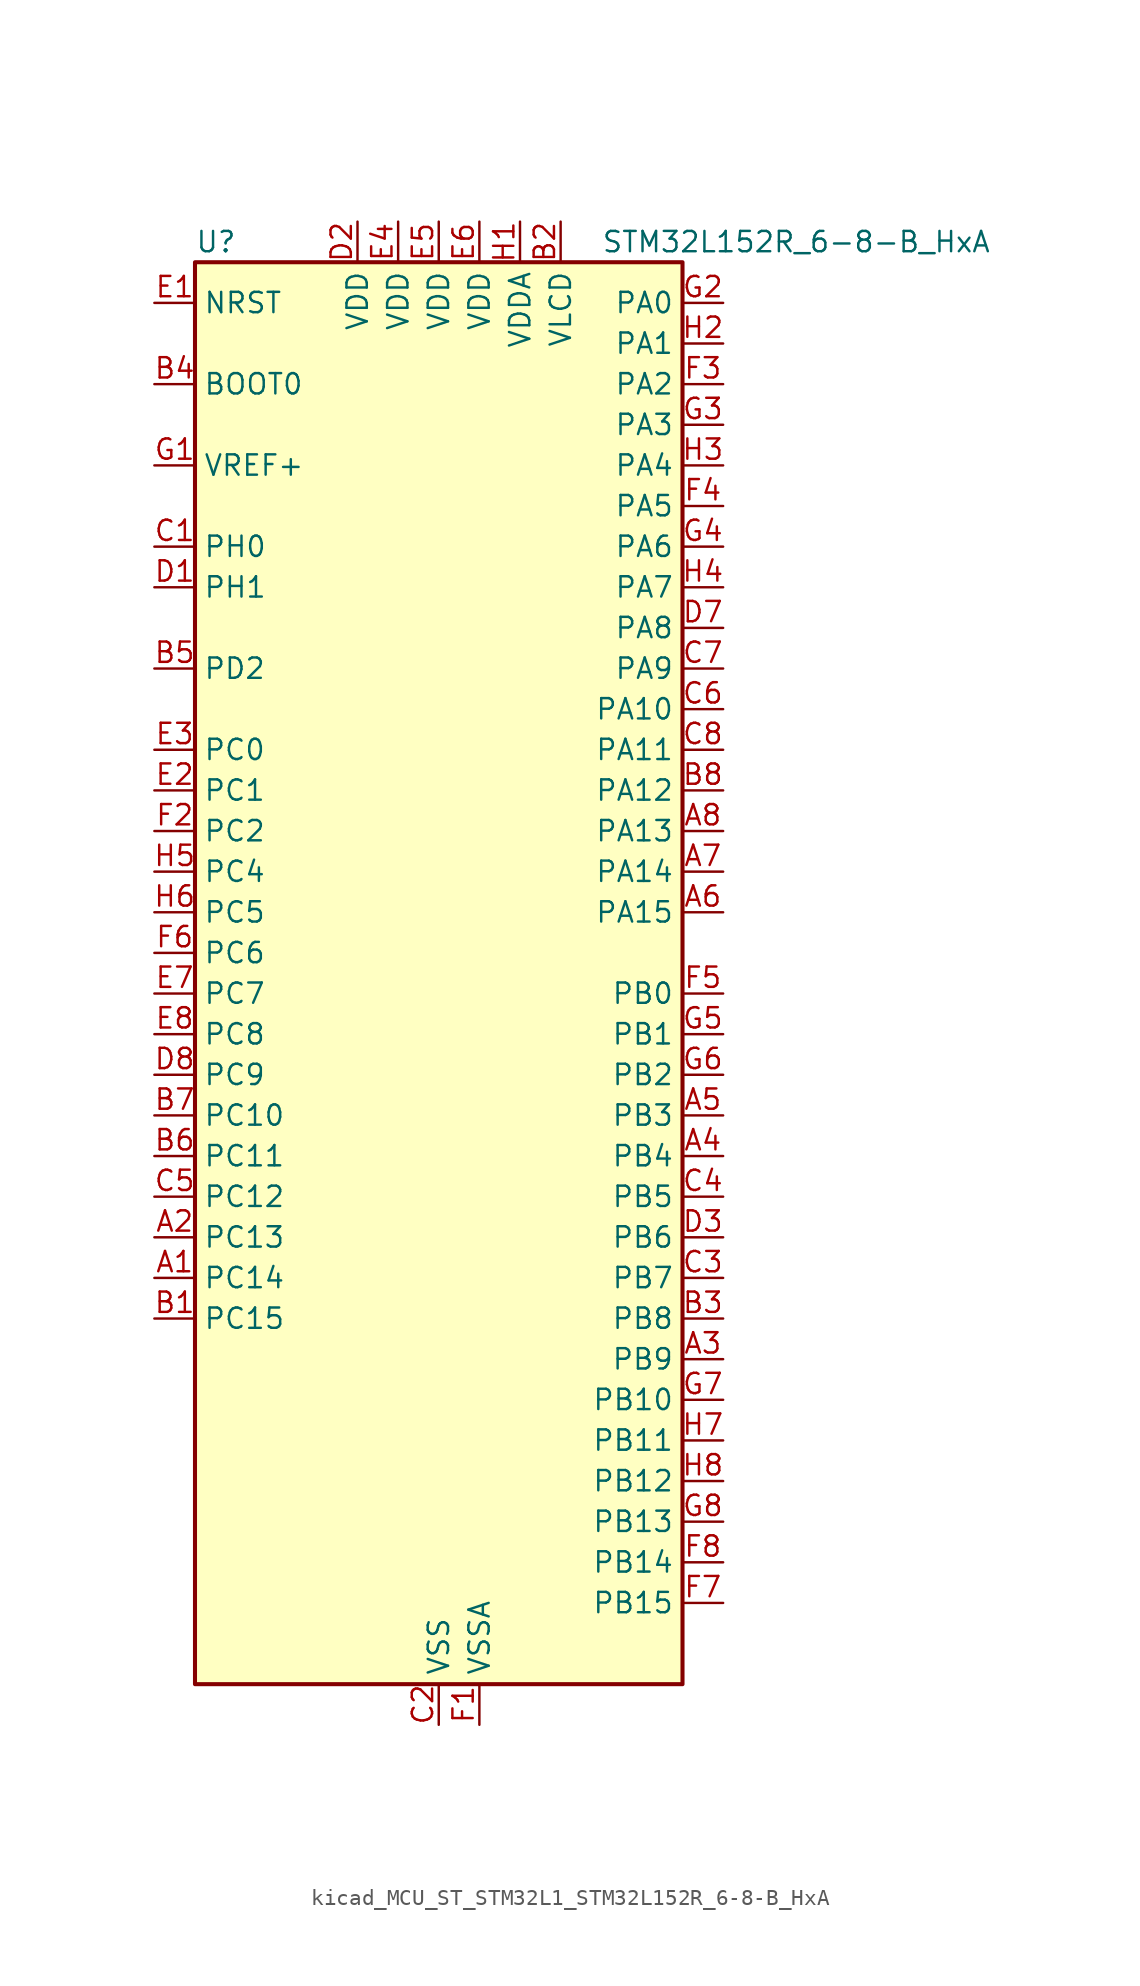
<source format=kicad_sym>
(kicad_symbol_lib
  (version 20220914)
  (generator kicad_symbol_editor)
  (symbol "kicad_MCU_ST_STM32L1_STM32L152R_6-8-B_HxA"
    (property "Reference" "U"
      (at -15.24 46.99 0)
      (effects (font (size 1.27 1.27)) (justify left)))
    (property "Value" "STM32L152R_6-8-B_HxA"
      (at 10.16 46.99 0)
      (effects (font (size 1.27 1.27)) (justify left)))
    (property "ki_locked" ""
      (at 0 0 0)
      (effects (font (size 1.27 1.27))))
    (symbol "kicad_MCU_ST_STM32L1_STM32L152R_6-8-B_HxA_0_1"
      (rectangle (start -15.24 -43.18) (end 15.24 45.72) (stroke (width 0.254) (type default)) (fill (type background))))
    (symbol "kicad_MCU_ST_STM32L1_STM32L152R_6-8-B_HxA_1_1"
      (pin bidirectional line (at -17.78 -17.78 0) (length 2.54) (name "PC14" (effects (font (size 1.27 1.27)))) (number "A1" (effects (font (size 1.27 1.27)))) (alternate "RCC_OSC32_IN" bidirectional line) (alternate "TIMX_IC3" bidirectional line))
      (pin bidirectional line (at -17.78 -15.24 0) (length 2.54) (name "PC13" (effects (font (size 1.27 1.27)))) (number "A2" (effects (font (size 1.27 1.27)))) (alternate "RTC_OUT_ALARM" bidirectional line) (alternate "RTC_OUT_CALIB" bidirectional line) (alternate "RTC_TAMP1" bidirectional line) (alternate "RTC_TS" bidirectional line) (alternate "SYS_WKUP2" bidirectional line) (alternate "TIMX_IC2" bidirectional line))
      (pin bidirectional line (at 17.78 -22.86 180) (length 2.54) (name "PB9" (effects (font (size 1.27 1.27)))) (number "A3" (effects (font (size 1.27 1.27)))) (alternate "DAC_EXTI9" bidirectional line) (alternate "I2C1_SDA" bidirectional line) (alternate "LCD_COM3" bidirectional line) (alternate "TIM11_CH1" bidirectional line) (alternate "TIM4_CH4" bidirectional line))
      (pin bidirectional line (at 17.78 -10.16 180) (length 2.54) (name "PB4" (effects (font (size 1.27 1.27)))) (number "A4" (effects (font (size 1.27 1.27)))) (alternate "COMP2_INP" bidirectional line) (alternate "LCD_SEG8" bidirectional line) (alternate "SPI1_MISO" bidirectional line) (alternate "SYS_JTRST" bidirectional line) (alternate "TIM3_CH1" bidirectional line) (alternate "TS_G6_IO1" bidirectional line))
      (pin bidirectional line (at 17.78 -7.62 180) (length 2.54) (name "PB3" (effects (font (size 1.27 1.27)))) (number "A5" (effects (font (size 1.27 1.27)))) (alternate "COMP2_INM" bidirectional line) (alternate "LCD_SEG7" bidirectional line) (alternate "SPI1_SCK" bidirectional line) (alternate "SYS_JTDO-TRACESWO" bidirectional line) (alternate "TIM2_CH2" bidirectional line))
      (pin bidirectional line (at 17.78 5.08 180) (length 2.54) (name "PA15" (effects (font (size 1.27 1.27)))) (number "A6" (effects (font (size 1.27 1.27)))) (alternate "ADC_EXTI15" bidirectional line) (alternate "LCD_SEG17" bidirectional line) (alternate "SPI1_NSS" bidirectional line) (alternate "SYS_JTDI" bidirectional line) (alternate "TIM2_CH1" bidirectional line) (alternate "TIM2_ETR" bidirectional line) (alternate "TIMX_IC4" bidirectional line) (alternate "TS_G5_IO3" bidirectional line))
      (pin bidirectional line (at 17.78 7.62 180) (length 2.54) (name "PA14" (effects (font (size 1.27 1.27)))) (number "A7" (effects (font (size 1.27 1.27)))) (alternate "SYS_JTCK-SWCLK" bidirectional line) (alternate "TIMX_IC3" bidirectional line) (alternate "TS_G5_IO2" bidirectional line))
      (pin bidirectional line (at 17.78 10.16 180) (length 2.54) (name "PA13" (effects (font (size 1.27 1.27)))) (number "A8" (effects (font (size 1.27 1.27)))) (alternate "SYS_JTMS-SWDIO" bidirectional line) (alternate "TIMX_IC2" bidirectional line) (alternate "TS_G5_IO1" bidirectional line))
      (pin bidirectional line (at -17.78 -20.32 0) (length 2.54) (name "PC15" (effects (font (size 1.27 1.27)))) (number "B1" (effects (font (size 1.27 1.27)))) (alternate "ADC_EXTI15" bidirectional line) (alternate "RCC_OSC32_OUT" bidirectional line) (alternate "TIMX_IC4" bidirectional line))
      (pin power_in line (at 7.62 48.26 270) (length 2.54) (name "VLCD" (effects (font (size 1.27 1.27)))) (number "B2" (effects (font (size 1.27 1.27)))))
      (pin bidirectional line (at 17.78 -20.32 180) (length 2.54) (name "PB8" (effects (font (size 1.27 1.27)))) (number "B3" (effects (font (size 1.27 1.27)))) (alternate "I2C1_SCL" bidirectional line) (alternate "LCD_SEG16" bidirectional line) (alternate "TIM10_CH1" bidirectional line) (alternate "TIM4_CH3" bidirectional line))
      (pin input line (at -17.78 38.1 0) (length 2.54) (name "BOOT0" (effects (font (size 1.27 1.27)))) (number "B4" (effects (font (size 1.27 1.27)))))
      (pin bidirectional line (at -17.78 20.32 0) (length 2.54) (name "PD2" (effects (font (size 1.27 1.27)))) (number "B5" (effects (font (size 1.27 1.27)))) (alternate "LCD_COM7" bidirectional line) (alternate "LCD_SEG31" bidirectional line) (alternate "LCD_SEG43" bidirectional line) (alternate "TIM3_ETR" bidirectional line) (alternate "TIMX_IC3" bidirectional line))
      (pin bidirectional line (at -17.78 -10.16 0) (length 2.54) (name "PC11" (effects (font (size 1.27 1.27)))) (number "B6" (effects (font (size 1.27 1.27)))) (alternate "ADC_EXTI11" bidirectional line) (alternate "LCD_COM5" bidirectional line) (alternate "LCD_SEG29" bidirectional line) (alternate "LCD_SEG41" bidirectional line) (alternate "TIMX_IC4" bidirectional line) (alternate "USART3_RX" bidirectional line))
      (pin bidirectional line (at -17.78 -7.62 0) (length 2.54) (name "PC10" (effects (font (size 1.27 1.27)))) (number "B7" (effects (font (size 1.27 1.27)))) (alternate "LCD_COM4" bidirectional line) (alternate "LCD_SEG28" bidirectional line) (alternate "LCD_SEG40" bidirectional line) (alternate "TIMX_IC3" bidirectional line) (alternate "USART3_TX" bidirectional line))
      (pin bidirectional line (at 17.78 12.7 180) (length 2.54) (name "PA12" (effects (font (size 1.27 1.27)))) (number "B8" (effects (font (size 1.27 1.27)))) (alternate "SPI1_MOSI" bidirectional line) (alternate "TIMX_IC1" bidirectional line) (alternate "USART1_RTS" bidirectional line) (alternate "USB_DP" bidirectional line))
      (pin bidirectional line (at -17.78 27.94 0) (length 2.54) (name "PH0" (effects (font (size 1.27 1.27)))) (number "C1" (effects (font (size 1.27 1.27)))) (alternate "RCC_OSC_IN" bidirectional line))
      (pin power_in line (at 0 -45.72 90) (length 2.54) (name "VSS" (effects (font (size 1.27 1.27)))) (number "C2" (effects (font (size 1.27 1.27)))))
      (pin bidirectional line (at 17.78 -17.78 180) (length 2.54) (name "PB7" (effects (font (size 1.27 1.27)))) (number "C3" (effects (font (size 1.27 1.27)))) (alternate "I2C1_SDA" bidirectional line) (alternate "SYS_PVD_IN" bidirectional line) (alternate "TIM4_CH2" bidirectional line) (alternate "TS_G6_IO4" bidirectional line) (alternate "USART1_RX" bidirectional line))
      (pin bidirectional line (at 17.78 -12.7 180) (length 2.54) (name "PB5" (effects (font (size 1.27 1.27)))) (number "C4" (effects (font (size 1.27 1.27)))) (alternate "COMP2_INP" bidirectional line) (alternate "I2C1_SMBA" bidirectional line) (alternate "LCD_SEG9" bidirectional line) (alternate "SPI1_MOSI" bidirectional line) (alternate "TIM3_CH2" bidirectional line) (alternate "TS_G6_IO2" bidirectional line))
      (pin bidirectional line (at -17.78 -12.7 0) (length 2.54) (name "PC12" (effects (font (size 1.27 1.27)))) (number "C5" (effects (font (size 1.27 1.27)))) (alternate "LCD_COM6" bidirectional line) (alternate "LCD_SEG30" bidirectional line) (alternate "LCD_SEG42" bidirectional line) (alternate "TIMX_IC1" bidirectional line) (alternate "USART3_CK" bidirectional line))
      (pin bidirectional line (at 17.78 17.78 180) (length 2.54) (name "PA10" (effects (font (size 1.27 1.27)))) (number "C6" (effects (font (size 1.27 1.27)))) (alternate "LCD_COM2" bidirectional line) (alternate "TIMX_IC3" bidirectional line) (alternate "TS_G4_IO3" bidirectional line) (alternate "USART1_RX" bidirectional line))
      (pin bidirectional line (at 17.78 20.32 180) (length 2.54) (name "PA9" (effects (font (size 1.27 1.27)))) (number "C7" (effects (font (size 1.27 1.27)))) (alternate "DAC_EXTI9" bidirectional line) (alternate "LCD_COM1" bidirectional line) (alternate "TIMX_IC2" bidirectional line) (alternate "TS_G4_IO2" bidirectional line) (alternate "USART1_TX" bidirectional line))
      (pin bidirectional line (at 17.78 15.24 180) (length 2.54) (name "PA11" (effects (font (size 1.27 1.27)))) (number "C8" (effects (font (size 1.27 1.27)))) (alternate "ADC_EXTI11" bidirectional line) (alternate "SPI1_MISO" bidirectional line) (alternate "TIMX_IC4" bidirectional line) (alternate "USART1_CTS" bidirectional line) (alternate "USB_DM" bidirectional line))
      (pin bidirectional line (at -17.78 25.4 0) (length 2.54) (name "PH1" (effects (font (size 1.27 1.27)))) (number "D1" (effects (font (size 1.27 1.27)))) (alternate "RCC_OSC_OUT" bidirectional line))
      (pin power_in line (at -5.08 48.26 270) (length 2.54) (name "VDD" (effects (font (size 1.27 1.27)))) (number "D2" (effects (font (size 1.27 1.27)))))
      (pin bidirectional line (at 17.78 -15.24 180) (length 2.54) (name "PB6" (effects (font (size 1.27 1.27)))) (number "D3" (effects (font (size 1.27 1.27)))) (alternate "I2C1_SCL" bidirectional line) (alternate "TIM4_CH1" bidirectional line) (alternate "TS_G6_IO3" bidirectional line) (alternate "USART1_TX" bidirectional line))
      (pin passive line (at 0 -45.72 90) (length 2.54) hide (name "VSS" (effects (font (size 1.27 1.27)))) (number "D4" (effects (font (size 1.27 1.27)))))
      (pin passive line (at 0 -45.72 90) (length 2.54) hide (name "VSS" (effects (font (size 1.27 1.27)))) (number "D5" (effects (font (size 1.27 1.27)))))
      (pin passive line (at 0 -45.72 90) (length 2.54) hide (name "VSS" (effects (font (size 1.27 1.27)))) (number "D6" (effects (font (size 1.27 1.27)))))
      (pin bidirectional line (at 17.78 22.86 180) (length 2.54) (name "PA8" (effects (font (size 1.27 1.27)))) (number "D7" (effects (font (size 1.27 1.27)))) (alternate "LCD_COM0" bidirectional line) (alternate "RCC_MCO" bidirectional line) (alternate "TIMX_IC1" bidirectional line) (alternate "TS_G4_IO1" bidirectional line) (alternate "USART1_CK" bidirectional line))
      (pin bidirectional line (at -17.78 -5.08 0) (length 2.54) (name "PC9" (effects (font (size 1.27 1.27)))) (number "D8" (effects (font (size 1.27 1.27)))) (alternate "DAC_EXTI9" bidirectional line) (alternate "LCD_SEG27" bidirectional line) (alternate "TIM3_CH4" bidirectional line) (alternate "TIMX_IC2" bidirectional line) (alternate "TS_G10_IO4" bidirectional line))
      (pin input line (at -17.78 43.18 0) (length 2.54) (name "NRST" (effects (font (size 1.27 1.27)))) (number "E1" (effects (font (size 1.27 1.27)))))
      (pin bidirectional line (at -17.78 12.7 0) (length 2.54) (name "PC1" (effects (font (size 1.27 1.27)))) (number "E2" (effects (font (size 1.27 1.27)))) (alternate "ADC_IN11" bidirectional line) (alternate "COMP1_INP" bidirectional line) (alternate "LCD_SEG19" bidirectional line) (alternate "TIMX_IC2" bidirectional line) (alternate "TS_G8_IO2" bidirectional line))
      (pin bidirectional line (at -17.78 15.24 0) (length 2.54) (name "PC0" (effects (font (size 1.27 1.27)))) (number "E3" (effects (font (size 1.27 1.27)))) (alternate "ADC_IN10" bidirectional line) (alternate "COMP1_INP" bidirectional line) (alternate "LCD_SEG18" bidirectional line) (alternate "TIMX_IC1" bidirectional line) (alternate "TS_G8_IO1" bidirectional line))
      (pin power_in line (at -2.54 48.26 270) (length 2.54) (name "VDD" (effects (font (size 1.27 1.27)))) (number "E4" (effects (font (size 1.27 1.27)))))
      (pin power_in line (at 0 48.26 270) (length 2.54) (name "VDD" (effects (font (size 1.27 1.27)))) (number "E5" (effects (font (size 1.27 1.27)))))
      (pin power_in line (at 2.54 48.26 270) (length 2.54) (name "VDD" (effects (font (size 1.27 1.27)))) (number "E6" (effects (font (size 1.27 1.27)))))
      (pin bidirectional line (at -17.78 0 0) (length 2.54) (name "PC7" (effects (font (size 1.27 1.27)))) (number "E7" (effects (font (size 1.27 1.27)))) (alternate "LCD_SEG25" bidirectional line) (alternate "TIM3_CH2" bidirectional line) (alternate "TIMX_IC4" bidirectional line) (alternate "TS_G10_IO2" bidirectional line))
      (pin bidirectional line (at -17.78 -2.54 0) (length 2.54) (name "PC8" (effects (font (size 1.27 1.27)))) (number "E8" (effects (font (size 1.27 1.27)))) (alternate "LCD_SEG26" bidirectional line) (alternate "TIM3_CH3" bidirectional line) (alternate "TIMX_IC1" bidirectional line) (alternate "TS_G10_IO3" bidirectional line))
      (pin power_in line (at 2.54 -45.72 90) (length 2.54) (name "VSSA" (effects (font (size 1.27 1.27)))) (number "F1" (effects (font (size 1.27 1.27)))))
      (pin bidirectional line (at -17.78 10.16 0) (length 2.54) (name "PC2" (effects (font (size 1.27 1.27)))) (number "F2" (effects (font (size 1.27 1.27)))) (alternate "ADC_IN12" bidirectional line) (alternate "COMP1_INP" bidirectional line) (alternate "LCD_SEG20" bidirectional line) (alternate "TIMX_IC3" bidirectional line) (alternate "TS_G8_IO3" bidirectional line))
      (pin bidirectional line (at 17.78 38.1 180) (length 2.54) (name "PA2" (effects (font (size 1.27 1.27)))) (number "F3" (effects (font (size 1.27 1.27)))) (alternate "ADC_IN2" bidirectional line) (alternate "COMP1_INP" bidirectional line) (alternate "LCD_SEG1" bidirectional line) (alternate "TIM2_CH3" bidirectional line) (alternate "TIM9_CH1" bidirectional line) (alternate "TIMX_IC3" bidirectional line) (alternate "TS_G1_IO3" bidirectional line) (alternate "USART2_TX" bidirectional line))
      (pin bidirectional line (at 17.78 30.48 180) (length 2.54) (name "PA5" (effects (font (size 1.27 1.27)))) (number "F4" (effects (font (size 1.27 1.27)))) (alternate "ADC_IN5" bidirectional line) (alternate "COMP1_INP" bidirectional line) (alternate "DAC_OUT2" bidirectional line) (alternate "SPI1_SCK" bidirectional line) (alternate "TIM2_CH1" bidirectional line) (alternate "TIM2_ETR" bidirectional line) (alternate "TIMX_IC2" bidirectional line))
      (pin bidirectional line (at 17.78 0 180) (length 2.54) (name "PB0" (effects (font (size 1.27 1.27)))) (number "F5" (effects (font (size 1.27 1.27)))) (alternate "ADC_IN8" bidirectional line) (alternate "COMP1_INP" bidirectional line) (alternate "LCD_SEG5" bidirectional line) (alternate "SYS_V_REF_OUT" bidirectional line) (alternate "TIM3_CH3" bidirectional line) (alternate "TS_G3_IO1" bidirectional line))
      (pin bidirectional line (at -17.78 2.54 0) (length 2.54) (name "PC6" (effects (font (size 1.27 1.27)))) (number "F6" (effects (font (size 1.27 1.27)))) (alternate "LCD_SEG24" bidirectional line) (alternate "TIM3_CH1" bidirectional line) (alternate "TIMX_IC3" bidirectional line) (alternate "TS_G10_IO1" bidirectional line))
      (pin bidirectional line (at 17.78 -38.1 180) (length 2.54) (name "PB15" (effects (font (size 1.27 1.27)))) (number "F7" (effects (font (size 1.27 1.27)))) (alternate "ADC_EXTI15" bidirectional line) (alternate "ADC_IN21" bidirectional line) (alternate "COMP1_INP" bidirectional line) (alternate "LCD_SEG15" bidirectional line) (alternate "RTC_REFIN" bidirectional line) (alternate "SPI2_MOSI" bidirectional line) (alternate "TIM11_CH1" bidirectional line) (alternate "TS_G7_IO4" bidirectional line))
      (pin bidirectional line (at 17.78 -35.56 180) (length 2.54) (name "PB14" (effects (font (size 1.27 1.27)))) (number "F8" (effects (font (size 1.27 1.27)))) (alternate "ADC_IN20" bidirectional line) (alternate "COMP1_INP" bidirectional line) (alternate "LCD_SEG14" bidirectional line) (alternate "SPI2_MISO" bidirectional line) (alternate "TIM9_CH2" bidirectional line) (alternate "TS_G7_IO3" bidirectional line) (alternate "USART3_RTS" bidirectional line))
      (pin input line (at -17.78 33.02 0) (length 2.54) (name "VREF+" (effects (font (size 1.27 1.27)))) (number "G1" (effects (font (size 1.27 1.27)))))
      (pin bidirectional line (at 17.78 43.18 180) (length 2.54) (name "PA0" (effects (font (size 1.27 1.27)))) (number "G2" (effects (font (size 1.27 1.27)))) (alternate "ADC_IN0" bidirectional line) (alternate "COMP1_INP" bidirectional line) (alternate "RTC_TAMP2" bidirectional line) (alternate "SYS_WKUP1" bidirectional line) (alternate "TIM2_CH1" bidirectional line) (alternate "TIM2_ETR" bidirectional line) (alternate "TIMX_IC1" bidirectional line) (alternate "TS_G1_IO1" bidirectional line) (alternate "USART2_CTS" bidirectional line))
      (pin bidirectional line (at 17.78 35.56 180) (length 2.54) (name "PA3" (effects (font (size 1.27 1.27)))) (number "G3" (effects (font (size 1.27 1.27)))) (alternate "ADC_IN3" bidirectional line) (alternate "COMP1_INP" bidirectional line) (alternate "LCD_SEG2" bidirectional line) (alternate "TIM2_CH4" bidirectional line) (alternate "TIM9_CH2" bidirectional line) (alternate "TIMX_IC4" bidirectional line) (alternate "TS_G1_IO4" bidirectional line) (alternate "USART2_RX" bidirectional line))
      (pin bidirectional line (at 17.78 27.94 180) (length 2.54) (name "PA6" (effects (font (size 1.27 1.27)))) (number "G4" (effects (font (size 1.27 1.27)))) (alternate "ADC_IN6" bidirectional line) (alternate "COMP1_INP" bidirectional line) (alternate "LCD_SEG3" bidirectional line) (alternate "SPI1_MISO" bidirectional line) (alternate "TIM10_CH1" bidirectional line) (alternate "TIM3_CH1" bidirectional line) (alternate "TIMX_IC3" bidirectional line) (alternate "TS_G2_IO1" bidirectional line))
      (pin bidirectional line (at 17.78 -2.54 180) (length 2.54) (name "PB1" (effects (font (size 1.27 1.27)))) (number "G5" (effects (font (size 1.27 1.27)))) (alternate "ADC_IN9" bidirectional line) (alternate "COMP1_INP" bidirectional line) (alternate "LCD_SEG6" bidirectional line) (alternate "SYS_V_REF_OUT" bidirectional line) (alternate "TIM3_CH4" bidirectional line) (alternate "TS_G3_IO2" bidirectional line))
      (pin bidirectional line (at 17.78 -5.08 180) (length 2.54) (name "PB2" (effects (font (size 1.27 1.27)))) (number "G6" (effects (font (size 1.27 1.27)))) (alternate "TS_G3_IO3" bidirectional line))
      (pin bidirectional line (at 17.78 -25.4 180) (length 2.54) (name "PB10" (effects (font (size 1.27 1.27)))) (number "G7" (effects (font (size 1.27 1.27)))) (alternate "I2C2_SCL" bidirectional line) (alternate "LCD_SEG10" bidirectional line) (alternate "TIM2_CH3" bidirectional line) (alternate "USART3_TX" bidirectional line))
      (pin bidirectional line (at 17.78 -33.02 180) (length 2.54) (name "PB13" (effects (font (size 1.27 1.27)))) (number "G8" (effects (font (size 1.27 1.27)))) (alternate "ADC_IN19" bidirectional line) (alternate "COMP1_INP" bidirectional line) (alternate "LCD_SEG13" bidirectional line) (alternate "SPI2_SCK" bidirectional line) (alternate "TIM9_CH1" bidirectional line) (alternate "TS_G7_IO2" bidirectional line) (alternate "USART3_CTS" bidirectional line))
      (pin power_in line (at 5.08 48.26 270) (length 2.54) (name "VDDA" (effects (font (size 1.27 1.27)))) (number "H1" (effects (font (size 1.27 1.27)))))
      (pin bidirectional line (at 17.78 40.64 180) (length 2.54) (name "PA1" (effects (font (size 1.27 1.27)))) (number "H2" (effects (font (size 1.27 1.27)))) (alternate "ADC_IN1" bidirectional line) (alternate "COMP1_INP" bidirectional line) (alternate "LCD_SEG0" bidirectional line) (alternate "TIM2_CH2" bidirectional line) (alternate "TIMX_IC2" bidirectional line) (alternate "TS_G1_IO2" bidirectional line) (alternate "USART2_RTS" bidirectional line))
      (pin bidirectional line (at 17.78 33.02 180) (length 2.54) (name "PA4" (effects (font (size 1.27 1.27)))) (number "H3" (effects (font (size 1.27 1.27)))) (alternate "ADC_IN4" bidirectional line) (alternate "COMP1_INP" bidirectional line) (alternate "DAC_OUT1" bidirectional line) (alternate "SPI1_NSS" bidirectional line) (alternate "TIMX_IC1" bidirectional line) (alternate "USART2_CK" bidirectional line))
      (pin bidirectional line (at 17.78 25.4 180) (length 2.54) (name "PA7" (effects (font (size 1.27 1.27)))) (number "H4" (effects (font (size 1.27 1.27)))) (alternate "ADC_IN7" bidirectional line) (alternate "COMP1_INP" bidirectional line) (alternate "LCD_SEG4" bidirectional line) (alternate "SPI1_MOSI" bidirectional line) (alternate "TIM11_CH1" bidirectional line) (alternate "TIM3_CH2" bidirectional line) (alternate "TIMX_IC4" bidirectional line) (alternate "TS_G2_IO2" bidirectional line))
      (pin bidirectional line (at -17.78 7.62 0) (length 2.54) (name "PC4" (effects (font (size 1.27 1.27)))) (number "H5" (effects (font (size 1.27 1.27)))) (alternate "ADC_IN14" bidirectional line) (alternate "COMP1_INP" bidirectional line) (alternate "LCD_SEG22" bidirectional line) (alternate "TIMX_IC1" bidirectional line) (alternate "TS_G9_IO1" bidirectional line))
      (pin bidirectional line (at -17.78 5.08 0) (length 2.54) (name "PC5" (effects (font (size 1.27 1.27)))) (number "H6" (effects (font (size 1.27 1.27)))) (alternate "ADC_IN15" bidirectional line) (alternate "COMP1_INP" bidirectional line) (alternate "LCD_SEG23" bidirectional line) (alternate "TIMX_IC2" bidirectional line) (alternate "TS_G9_IO2" bidirectional line))
      (pin bidirectional line (at 17.78 -27.94 180) (length 2.54) (name "PB11" (effects (font (size 1.27 1.27)))) (number "H7" (effects (font (size 1.27 1.27)))) (alternate "ADC_EXTI11" bidirectional line) (alternate "I2C2_SDA" bidirectional line) (alternate "LCD_SEG11" bidirectional line) (alternate "TIM2_CH4" bidirectional line) (alternate "USART3_RX" bidirectional line))
      (pin bidirectional line (at 17.78 -30.48 180) (length 2.54) (name "PB12" (effects (font (size 1.27 1.27)))) (number "H8" (effects (font (size 1.27 1.27)))) (alternate "ADC_IN18" bidirectional line) (alternate "COMP1_INP" bidirectional line) (alternate "I2C2_SMBA" bidirectional line) (alternate "LCD_SEG12" bidirectional line) (alternate "SPI2_NSS" bidirectional line) (alternate "TIM10_CH1" bidirectional line) (alternate "TS_G7_IO1" bidirectional line) (alternate "USART3_CK" bidirectional line)))))
</source>
